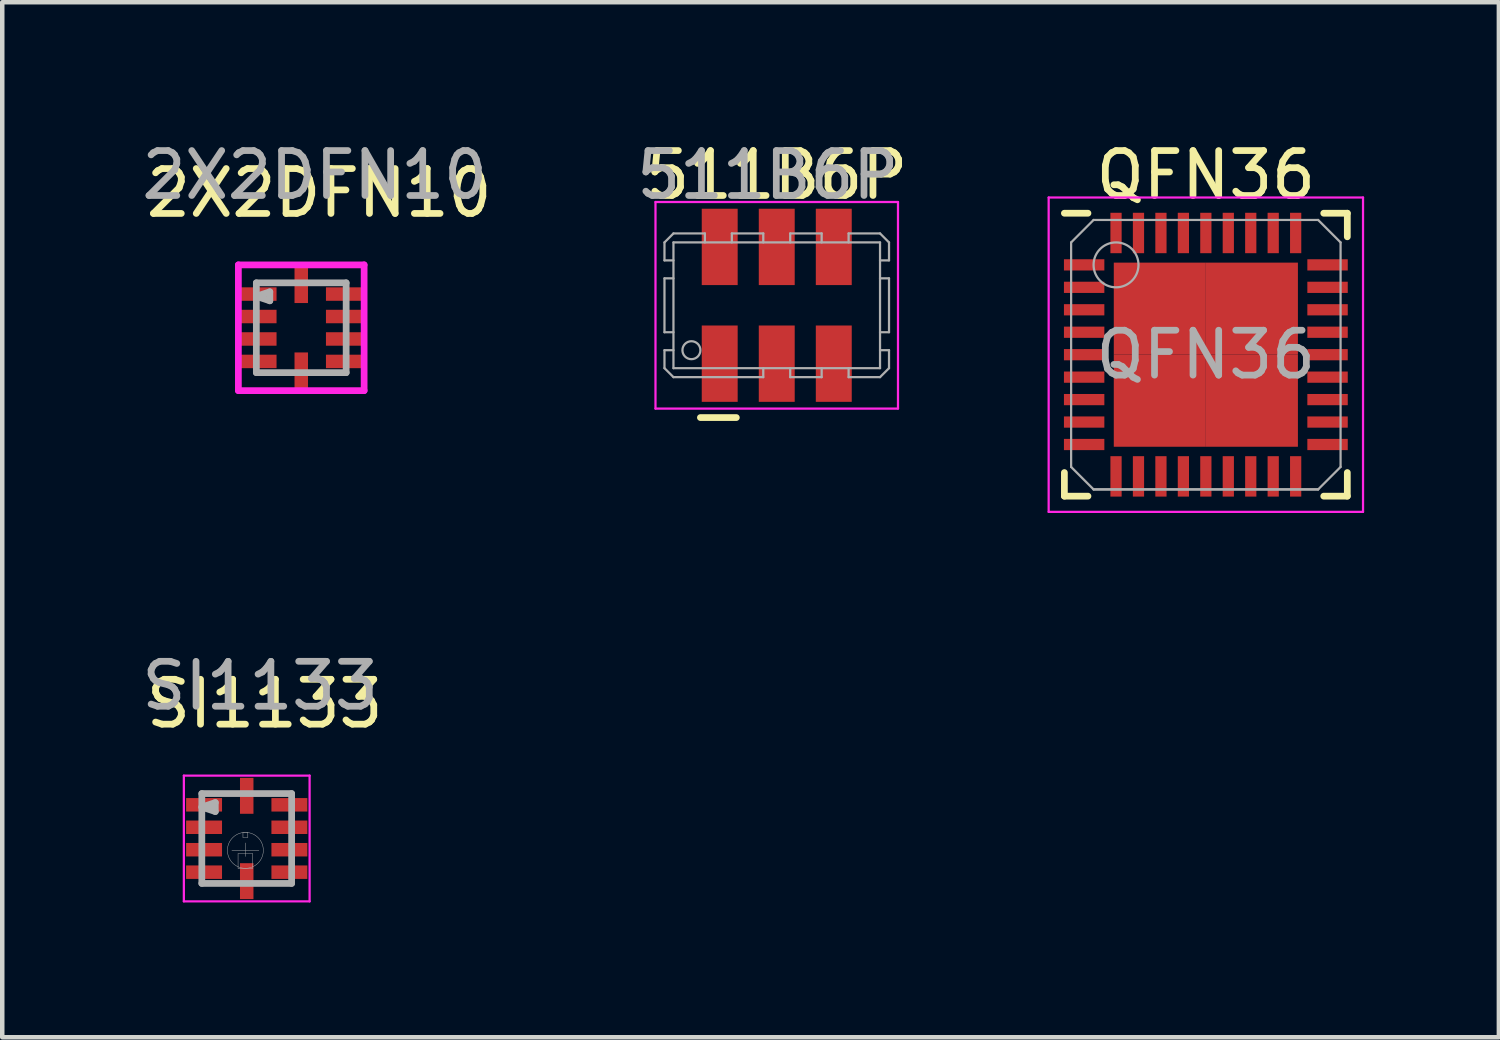
<source format=kicad_pcb>
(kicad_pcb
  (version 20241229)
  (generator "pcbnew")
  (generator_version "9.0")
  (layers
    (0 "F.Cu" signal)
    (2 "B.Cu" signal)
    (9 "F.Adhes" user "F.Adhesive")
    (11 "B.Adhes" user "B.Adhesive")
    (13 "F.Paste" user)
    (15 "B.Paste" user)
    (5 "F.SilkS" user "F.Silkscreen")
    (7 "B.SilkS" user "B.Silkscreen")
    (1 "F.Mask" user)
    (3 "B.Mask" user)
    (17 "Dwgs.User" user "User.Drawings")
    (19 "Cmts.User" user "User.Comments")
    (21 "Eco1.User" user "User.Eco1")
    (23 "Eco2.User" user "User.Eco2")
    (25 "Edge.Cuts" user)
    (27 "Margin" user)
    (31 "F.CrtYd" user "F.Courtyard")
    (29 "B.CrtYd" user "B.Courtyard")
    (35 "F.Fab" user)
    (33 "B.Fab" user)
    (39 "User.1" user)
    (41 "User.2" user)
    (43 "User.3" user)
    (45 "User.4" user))
  (footprint "SI1133"
    (layer "F.Cu")
    (at 2.444 15.621)
    (property "Reference" "SI1133" (at 0.4 -3 0) (layer "F.SilkS") (effects (font (size 1 1) (thickness 0.15))))
    (attr smd)
    (fp_line (start -1.4 -1.4) (end 1.4 -1.4) (stroke (width 0.05) (type solid)) (layer "F.CrtYd"))
    (fp_line (start -1.4 1.4) (end -1.4 -1.4) (stroke (width 0.05) (type solid)) (layer "F.CrtYd"))
    (fp_line (start 1.4 -1.4) (end 1.4 1.4) (stroke (width 0.05) (type solid)) (layer "F.CrtYd"))
    (fp_line (start 1.4 1.4) (end -1.4 1.4) (stroke (width 0.05) (type solid)) (layer "F.CrtYd"))
    (fp_line (start -1 -1) (end -1 1) (stroke (width 0.15) (type solid)) (layer "F.Fab"))
    (fp_line (start -1 -0.7) (end -0.7 -0.6) (stroke (width 0.15) (type solid)) (layer "F.Fab"))
    (fp_line (start -1 1) (end 1 1) (stroke (width 0.15) (type solid)) (layer "F.Fab"))
    (fp_line (start -0.7 -0.8) (end -1 -0.7) (stroke (width 0.15) (type solid)) (layer "F.Fab"))
    (fp_line (start -0.7 -0.6) (end -0.7 -0.8) (stroke (width 0.15) (type solid)) (layer "F.Fab"))
    (fp_line (start -0.33 0.264) (end 0.27 0.264) (stroke (width 0.01) (type solid)) (layer "F.Fab"))
    (fp_line (start -0.193 0.662) (end -0.193 0.338) (stroke (width 0.01) (type solid)) (layer "F.Fab"))
    (fp_line (start -0.193 0.662) (end 0.133 0.662) (stroke (width 0.01) (type solid)) (layer "F.Fab"))
    (fp_line (start -0.084 -0.134) (end -0.084 -0.026) (stroke (width 0.01) (type solid)) (layer "F.Fab"))
    (fp_line (start -0.084 -0.134) (end 0.024 -0.134) (stroke (width 0.01) (type solid)) (layer "F.Fab"))
    (fp_line (start -0.084 -0.026) (end 0.024 -0.026) (stroke (width 0.01) (type solid)) (layer "F.Fab"))
    (fp_line (start -0.03 0.1) (end -0.03 0.4) (stroke (width 0.01) (type solid)) (layer "F.Fab"))
    (fp_line (start 0.024 -0.134) (end 0.024 -0.026) (stroke (width 0.01) (type solid)) (layer "F.Fab"))
    (fp_line (start 0.133 0.338) (end -0.193 0.338) (stroke (width 0.01) (type solid)) (layer "F.Fab"))
    (fp_line (start 0.133 0.338) (end 0.133 0.662) (stroke (width 0.01) (type solid)) (layer "F.Fab"))
    (fp_line (start 1 -1) (end -1 -1) (stroke (width 0.15) (type solid)) (layer "F.Fab"))
    (fp_line (start 1 1) (end 1 -1) (stroke (width 0.15) (type solid)) (layer "F.Fab"))
    (fp_circle (center -0.03 0.264) (end -0.03 0.664) (stroke (width 0.01) (type solid)) (fill no) (layer "F.Fab"))
    (fp_text user "${REFERENCE}" (at 0.3 -3.4 0) (layer "F.Fab") (effects (font (size 1 1) (thickness 0.15))))
    (pad "1" smd rect (at -0.95 -0.75) (size 0.8 0.3) (layers "F.Cu" "F.Mask" "F.Paste"))
    (pad "2" smd rect (at -0.95 -0.25) (size 0.8 0.3) (layers "F.Cu" "F.Mask" "F.Paste"))
    (pad "3" smd rect (at -0.95 0.25) (size 0.8 0.3) (layers "F.Cu" "F.Mask" "F.Paste"))
    (pad "4" smd rect (at -0.95 0.75) (size 0.8 0.3) (layers "F.Cu" "F.Mask" "F.Paste"))
    (pad "5" smd rect (at 0 0.95) (size 0.3 0.8) (layers "F.Cu" "F.Mask" "F.Paste"))
    (pad "6" smd rect (at 0.95 0.75) (size 0.8 0.3) (layers "F.Cu" "F.Mask" "F.Paste"))
    (pad "7" smd rect (at 0.95 0.25) (size 0.8 0.3) (layers "F.Cu" "F.Mask" "F.Paste"))
    (pad "8" smd rect (at 0.95 -0.25) (size 0.8 0.3) (layers "F.Cu" "F.Mask" "F.Paste"))
    (pad "9" smd rect (at 0.95 -0.75) (size 0.8 0.3) (layers "F.Cu" "F.Mask" "F.Paste"))
    (pad "10" smd rect (at 0 -0.95) (size 0.3 0.8) (layers "F.Cu" "F.Mask" "F.Paste")))
  (footprint "2X2DFN10"
    (layer "F.Cu")
    (at 3.658 4.248)
    (property "Reference" "2X2DFN10" (at 0.4 -3 0) (layer "F.SilkS") (effects (font (size 1 1) (thickness 0.15))))
    (attr smd)
    (fp_line (start -1.4 -1.4) (end 1.4 -1.4) (stroke (width 0.15) (type solid)) (layer "F.CrtYd"))
    (fp_line (start -1.4 1.4) (end -1.4 -1.4) (stroke (width 0.15) (type solid)) (layer "F.CrtYd"))
    (fp_line (start 1.4 -1.4) (end 1.4 1.4) (stroke (width 0.15) (type solid)) (layer "F.CrtYd"))
    (fp_line (start 1.4 1.4) (end -1.4 1.4) (stroke (width 0.15) (type solid)) (layer "F.CrtYd"))
    (fp_line (start -1 -1) (end -1 1) (stroke (width 0.15) (type solid)) (layer "F.Fab"))
    (fp_line (start -1 -0.7) (end -0.7 -0.6) (stroke (width 0.15) (type solid)) (layer "F.Fab"))
    (fp_line (start -1 1) (end 1 1) (stroke (width 0.15) (type solid)) (layer "F.Fab"))
    (fp_line (start -0.7 -0.8) (end -1 -0.7) (stroke (width 0.15) (type solid)) (layer "F.Fab"))
    (fp_line (start -0.7 -0.6) (end -0.7 -0.8) (stroke (width 0.15) (type solid)) (layer "F.Fab"))
    (fp_line (start 1 -1) (end -1 -1) (stroke (width 0.15) (type solid)) (layer "F.Fab"))
    (fp_line (start 1 1) (end 1 -1) (stroke (width 0.15) (type solid)) (layer "F.Fab"))
    (fp_text user "${REFERENCE}" (at 0.3 -3.4 0) (layer "F.Fab") (effects (font (size 1 1) (thickness 0.15))))
    (pad "1" smd rect (at -0.95 -0.75) (size 0.8 0.3) (layers "F.Cu" "F.Mask" "F.Paste"))
    (pad "2" smd rect (at -0.95 -0.25) (size 0.8 0.3) (layers "F.Cu" "F.Mask" "F.Paste"))
    (pad "3" smd rect (at -0.95 0.25) (size 0.8 0.3) (layers "F.Cu" "F.Mask" "F.Paste"))
    (pad "4" smd rect (at -0.95 0.75) (size 0.8 0.3) (layers "F.Cu" "F.Mask" "F.Paste"))
    (pad "5" smd rect (at 0 0.95) (size 0.3 0.8) (layers "F.Cu" "F.Mask" "F.Paste"))
    (pad "6" smd rect (at 0.95 0.75) (size 0.8 0.3) (layers "F.Cu" "F.Mask" "F.Paste"))
    (pad "7" smd rect (at 0.95 0.25) (size 0.8 0.3) (layers "F.Cu" "F.Mask" "F.Paste"))
    (pad "8" smd rect (at 0.95 -0.25) (size 0.8 0.3) (layers "F.Cu" "F.Mask" "F.Paste"))
    (pad "9" smd rect (at 0.95 -0.75) (size 0.8 0.3) (layers "F.Cu" "F.Mask" "F.Paste"))
    (pad "10" smd rect (at 0 -0.95) (size 0.3 0.8) (layers "F.Cu" "F.Mask" "F.Paste")))
  (footprint "QFN36"
    (layer "F.Cu")
    (at 23.801 4.848)
    (property "Reference" "QFN36" (at 0 -4 0) (layer "F.SilkS") (effects (font (size 1 1) (thickness 0.15))))
    (attr smd)
    (fp_line (start -3.15 -3.15) (end -2.625 -3.15) (stroke (width 0.15) (type solid)) (layer "F.SilkS"))
    (fp_line (start -3.15 3.15) (end -3.15 2.625) (stroke (width 0.15) (type solid)) (layer "F.SilkS"))
    (fp_line (start -3.15 3.15) (end -2.625 3.15) (stroke (width 0.15) (type solid)) (layer "F.SilkS"))
    (fp_line (start 3.15 -3.15) (end 2.625 -3.15) (stroke (width 0.15) (type solid)) (layer "F.SilkS"))
    (fp_line (start 3.15 -3.15) (end 3.15 -2.625) (stroke (width 0.15) (type solid)) (layer "F.SilkS"))
    (fp_line (start 3.15 3.15) (end 2.625 3.15) (stroke (width 0.15) (type solid)) (layer "F.SilkS"))
    (fp_line (start 3.15 3.15) (end 3.15 2.625) (stroke (width 0.15) (type solid)) (layer "F.SilkS"))
    (fp_line (start -3.5 -3.5) (end -3.5 3.5) (stroke (width 0.05) (type solid)) (layer "F.CrtYd"))
    (fp_line (start -3.5 -3.5) (end 3.5 -3.5) (stroke (width 0.05) (type solid)) (layer "F.CrtYd"))
    (fp_line (start -3.5 3.5) (end 3.5 3.5) (stroke (width 0.05) (type solid)) (layer "F.CrtYd"))
    (fp_line (start 3.5 -3.5) (end 3.5 3.5) (stroke (width 0.05) (type solid)) (layer "F.CrtYd"))
    (fp_line (start -3 -2.5) (end -2.5 -3) (stroke (width 0.05) (type solid)) (layer "F.Fab"))
    (fp_line (start -3 2.5) (end -3 -2.5) (stroke (width 0.05) (type solid)) (layer "F.Fab"))
    (fp_line (start -2.5 -3) (end 2.5 -3) (stroke (width 0.05) (type solid)) (layer "F.Fab"))
    (fp_line (start -2.5 3) (end -3 2.5) (stroke (width 0.05) (type solid)) (layer "F.Fab"))
    (fp_line (start 2.5 -3) (end 3 -2.5) (stroke (width 0.05) (type solid)) (layer "F.Fab"))
    (fp_line (start 2.5 3) (end -2.5 3) (stroke (width 0.05) (type solid)) (layer "F.Fab"))
    (fp_line (start 2.5 3) (end -2.5 3) (stroke (width 0.05) (type solid)) (layer "F.Fab"))
    (fp_line (start 3 -2.5) (end 3 2.5) (stroke (width 0.05) (type solid)) (layer "F.Fab"))
    (fp_line (start 3 2.5) (end 2.5 3) (stroke (width 0.05) (type solid)) (layer "F.Fab"))
    (fp_circle (center -2 -2) (end -2 -2.5) (stroke (width 0.05) (type solid)) (fill no) (layer "F.Fab"))
    (fp_text user "${REFERENCE}" (at 0 0 0) (layer "F.Fab") (effects (font (size 1 1) (thickness 0.15))))
    (pad "1" smd rect (at -2.71 -2) (size 0.9 0.25) (layers "F.Cu" "F.Mask" "F.Paste"))
    (pad "2" smd rect (at -2.71 -1.5) (size 0.9 0.25) (layers "F.Cu" "F.Mask" "F.Paste"))
    (pad "3" smd rect (at -2.71 -1) (size 0.9 0.25) (layers "F.Cu" "F.Mask" "F.Paste"))
    (pad "4" smd rect (at -2.71 -0.5) (size 0.9 0.25) (layers "F.Cu" "F.Mask" "F.Paste"))
    (pad "5" smd rect (at -2.71 0) (size 0.9 0.25) (layers "F.Cu" "F.Mask" "F.Paste"))
    (pad "6" smd rect (at -2.71 0.5) (size 0.9 0.25) (layers "F.Cu" "F.Mask" "F.Paste"))
    (pad "7" smd rect (at -2.71 1) (size 0.9 0.25) (layers "F.Cu" "F.Mask" "F.Paste"))
    (pad "8" smd rect (at -2.71 1.5) (size 0.9 0.25) (layers "F.Cu" "F.Mask" "F.Paste"))
    (pad "9" smd rect (at -2.71 2) (size 0.9 0.25) (layers "F.Cu" "F.Mask" "F.Paste"))
    (pad "10" smd rect (at -2 2.71 90) (size 0.9 0.25) (layers "F.Cu" "F.Mask" "F.Paste"))
    (pad "11" smd rect (at -1.5 2.71 90) (size 0.9 0.25) (layers "F.Cu" "F.Mask" "F.Paste"))
    (pad "12" smd rect (at -1 2.71 90) (size 0.9 0.25) (layers "F.Cu" "F.Mask" "F.Paste"))
    (pad "13" smd rect (at -0.5 2.71 90) (size 0.9 0.25) (layers "F.Cu" "F.Mask" "F.Paste"))
    (pad "14" smd rect (at 0 2.71 90) (size 0.9 0.25) (layers "F.Cu" "F.Mask" "F.Paste"))
    (pad "15" smd rect (at 0.5 2.71 90) (size 0.9 0.25) (layers "F.Cu" "F.Mask" "F.Paste"))
    (pad "16" smd rect (at 1 2.71 90) (size 0.9 0.25) (layers "F.Cu" "F.Mask" "F.Paste"))
    (pad "17" smd rect (at 1.5 2.71 90) (size 0.9 0.25) (layers "F.Cu" "F.Mask" "F.Paste"))
    (pad "18" smd rect (at 2 2.71 90) (size 0.9 0.25) (layers "F.Cu" "F.Mask" "F.Paste"))
    (pad "19" smd rect (at 2.71 2) (size 0.9 0.25) (layers "F.Cu" "F.Mask" "F.Paste"))
    (pad "20" smd rect (at 2.71 1.5) (size 0.9 0.25) (layers "F.Cu" "F.Mask" "F.Paste"))
    (pad "21" smd rect (at 2.71 1) (size 0.9 0.25) (layers "F.Cu" "F.Mask" "F.Paste"))
    (pad "22" smd rect (at 2.71 0.5) (size 0.9 0.25) (layers "F.Cu" "F.Mask" "F.Paste"))
    (pad "23" smd rect (at 2.71 0) (size 0.9 0.25) (layers "F.Cu" "F.Mask" "F.Paste"))
    (pad "24" smd rect (at 2.71 -0.5) (size 0.9 0.25) (layers "F.Cu" "F.Mask" "F.Paste"))
    (pad "25" smd rect (at 2.71 -1) (size 0.9 0.25) (layers "F.Cu" "F.Mask" "F.Paste"))
    (pad "26" smd rect (at 2.71 -1.5) (size 0.9 0.25) (layers "F.Cu" "F.Mask" "F.Paste"))
    (pad "27" smd rect (at 2.71 -2) (size 0.9 0.25) (layers "F.Cu" "F.Mask" "F.Paste"))
    (pad "28" smd rect (at 2 -2.71 90) (size 0.9 0.25) (layers "F.Cu" "F.Mask" "F.Paste"))
    (pad "29" smd rect (at 1.5 -2.71 90) (size 0.9 0.25) (layers "F.Cu" "F.Mask" "F.Paste"))
    (pad "30" smd rect (at 1 -2.71 90) (size 0.9 0.25) (layers "F.Cu" "F.Mask" "F.Paste"))
    (pad "31" smd rect (at 0.5 -2.71 90) (size 0.9 0.25) (layers "F.Cu" "F.Mask" "F.Paste"))
    (pad "32" smd rect (at 0 -2.71 90) (size 0.9 0.25) (layers "F.Cu" "F.Mask" "F.Paste"))
    (pad "33" smd rect (at -0.5 -2.71 90) (size 0.9 0.25) (layers "F.Cu" "F.Mask" "F.Paste"))
    (pad "34" smd rect (at -1 -2.71 90) (size 0.9 0.25) (layers "F.Cu" "F.Mask" "F.Paste"))
    (pad "35" smd rect (at -1.5 -2.71 90) (size 0.9 0.25) (layers "F.Cu" "F.Mask" "F.Paste"))
    (pad "36" smd rect (at -2 -2.71 90) (size 0.9 0.25) (layers "F.Cu" "F.Mask" "F.Paste"))
    (pad "37" smd rect (at -1.025 -1.025) (size 2.05 2.05) (layers "F.Cu" "F.Mask" "F.Paste"))
    (pad "37" smd rect (at -1.025 1.025) (size 2.05 2.05) (layers "F.Cu" "F.Mask" "F.Paste"))
    (pad "37" smd rect (at 1.025 -1.025) (size 2.05 2.05) (layers "F.Cu" "F.Mask" "F.Paste"))
    (pad "37" smd rect (at 1.025 1.025) (size 2.05 2.05) (layers "F.Cu" "F.Mask" "F.Paste")))
  (footprint "511B6P"
    (layer "F.Cu")
    (at 14.246 3.748)
    (property "Reference" "511B6P" (at 0 -2.9 0) (layer "F.SilkS") (effects (font (size 1 1) (thickness 0.15))))
    (attr smd)
    (fp_line (start -1.7 2.5) (end -0.9 2.5) (stroke (width 0.15) (type solid)) (layer "F.SilkS"))
    (fp_line (start -2.7 -2.3) (end -2.7 2.3) (stroke (width 0.05) (type solid)) (layer "F.CrtYd"))
    (fp_line (start -2.7 2.3) (end 2.7 2.3) (stroke (width 0.05) (type solid)) (layer "F.CrtYd"))
    (fp_line (start 2.7 -2.3) (end -2.7 -2.3) (stroke (width 0.05) (type solid)) (layer "F.CrtYd"))
    (fp_line (start 2.7 2.3) (end 2.7 -2.3) (stroke (width 0.05) (type solid)) (layer "F.CrtYd"))
    (fp_line (start -2.5 -1) (end -2.5 -1.4) (stroke (width 0.05) (type solid)) (layer "F.Fab"))
    (fp_line (start -2.5 -0.6) (end -2.3 -0.6) (stroke (width 0.05) (type solid)) (layer "F.Fab"))
    (fp_line (start -2.5 0.6) (end -2.5 -0.6) (stroke (width 0.05) (type solid)) (layer "F.Fab"))
    (fp_line (start -2.5 1) (end -2.5 1.4) (stroke (width 0.05) (type solid)) (layer "F.Fab"))
    (fp_line (start -2.5 1) (end -2.3 1) (stroke (width 0.05) (type solid)) (layer "F.Fab"))
    (fp_line (start -2.5 1.4) (end -2.3 1.6) (stroke (width 0.05) (type solid)) (layer "F.Fab"))
    (fp_line (start -2.3 -1.6) (end -2.5 -1.4) (stroke (width 0.05) (type solid)) (layer "F.Fab"))
    (fp_line (start -2.3 -1.6) (end -1.6 -1.6) (stroke (width 0.05) (type solid)) (layer "F.Fab"))
    (fp_line (start -2.3 -1.4) (end -2.3 1.4) (stroke (width 0.05) (type solid)) (layer "F.Fab"))
    (fp_line (start -2.3 -1) (end -2.5 -1) (stroke (width 0.05) (type solid)) (layer "F.Fab"))
    (fp_line (start -2.3 0.6) (end -2.5 0.6) (stroke (width 0.05) (type solid)) (layer "F.Fab"))
    (fp_line (start -2.3 1.6) (end -0.3 1.6) (stroke (width 0.05) (type solid)) (layer "F.Fab"))
    (fp_line (start -1.6 -1.4) (end -1.6 -1.6) (stroke (width 0.05) (type solid)) (layer "F.Fab"))
    (fp_line (start -1 -1.6) (end -1 -1.4) (stroke (width 0.05) (type solid)) (layer "F.Fab"))
    (fp_line (start -0.3 -1.6) (end -1 -1.6) (stroke (width 0.05) (type solid)) (layer "F.Fab"))
    (fp_line (start -0.3 -1.6) (end -0.3 -1.4) (stroke (width 0.05) (type solid)) (layer "F.Fab"))
    (fp_line (start -0.3 1.4) (end -0.3 1.6) (stroke (width 0.05) (type solid)) (layer "F.Fab"))
    (fp_line (start 0.3 -1.6) (end 0.3 -1.4) (stroke (width 0.05) (type solid)) (layer "F.Fab"))
    (fp_line (start 0.3 -1.6) (end 1 -1.6) (stroke (width 0.05) (type solid)) (layer "F.Fab"))
    (fp_line (start 0.3 1.6) (end 0.3 1.4) (stroke (width 0.05) (type solid)) (layer "F.Fab"))
    (fp_line (start 0.3 1.6) (end 1 1.6) (stroke (width 0.05) (type solid)) (layer "F.Fab"))
    (fp_line (start 1 -1.6) (end 1 -1.4) (stroke (width 0.05) (type solid)) (layer "F.Fab"))
    (fp_line (start 1 1.6) (end 1 1.4) (stroke (width 0.05) (type solid)) (layer "F.Fab"))
    (fp_line (start 1.6 -1.6) (end 1.6 -1.4) (stroke (width 0.05) (type solid)) (layer "F.Fab"))
    (fp_line (start 1.6 1.4) (end 1.6 1.6) (stroke (width 0.05) (type solid)) (layer "F.Fab"))
    (fp_line (start 1.6 1.6) (end 2.3 1.6) (stroke (width 0.05) (type solid)) (layer "F.Fab"))
    (fp_line (start 2.3 -1.6) (end 1.6 -1.6) (stroke (width 0.05) (type solid)) (layer "F.Fab"))
    (fp_line (start 2.3 -1.4) (end -2.3 -1.4) (stroke (width 0.05) (type solid)) (layer "F.Fab"))
    (fp_line (start 2.3 -0.6) (end 2.5 -0.6) (stroke (width 0.05) (type solid)) (layer "F.Fab"))
    (fp_line (start 2.3 0.6) (end 2.5 0.6) (stroke (width 0.05) (type solid)) (layer "F.Fab"))
    (fp_line (start 2.3 1) (end 2.5 1) (stroke (width 0.05) (type solid)) (layer "F.Fab"))
    (fp_line (start 2.3 1.4) (end -2.3 1.4) (stroke (width 0.05) (type solid)) (layer "F.Fab"))
    (fp_line (start 2.3 1.4) (end 2.3 -1.4) (stroke (width 0.05) (type solid)) (layer "F.Fab"))
    (fp_line (start 2.3 1.6) (end 2.5 1.4) (stroke (width 0.05) (type solid)) (layer "F.Fab"))
    (fp_line (start 2.5 -1.4) (end 2.3 -1.6) (stroke (width 0.05) (type solid)) (layer "F.Fab"))
    (fp_line (start 2.5 -1) (end 2.3 -1) (stroke (width 0.05) (type solid)) (layer "F.Fab"))
    (fp_line (start 2.5 -1) (end 2.5 -1.4) (stroke (width 0.05) (type solid)) (layer "F.Fab"))
    (fp_line (start 2.5 0.6) (end 2.5 -0.6) (stroke (width 0.05) (type solid)) (layer "F.Fab"))
    (fp_line (start 2.5 1.4) (end 2.5 1) (stroke (width 0.05) (type solid)) (layer "F.Fab"))
    (fp_circle (center -1.9 1) (end -1.9 1.2) (stroke (width 0.05) (type solid)) (fill no) (layer "F.Fab"))
    (fp_text user "${REFERENCE}" (at -0.2 -2.9 0) (layer "F.Fab") (effects (font (size 1 1) (thickness 0.15))))
    (pad "1" smd rect (at -1.27 1.3) (size 0.8 1.7) (layers "F.Cu" "F.Mask" "F.Paste"))
    (pad "2" smd rect (at 0 1.3) (size 0.8 1.7) (layers "F.Cu" "F.Mask" "F.Paste"))
    (pad "3" smd rect (at 1.27 1.3) (size 0.8 1.7) (layers "F.Cu" "F.Mask" "F.Paste"))
    (pad "4" smd rect (at 1.27 -1.3) (size 0.8 1.7) (layers "F.Cu" "F.Mask" "F.Paste"))
    (pad "5" smd rect (at 0 -1.3) (size 0.8 1.7) (layers "F.Cu" "F.Mask" "F.Paste"))
    (pad "6" smd rect (at -1.27 -1.3) (size 0.8 1.7) (layers "F.Cu" "F.Mask" "F.Paste")))
  (gr_rect
    (start -3 -3)
    (end 30.326 20.047)
    (stroke (width 0.1) (type default))
    (fill no)
    (layer "Edge.Cuts")))
</source>
